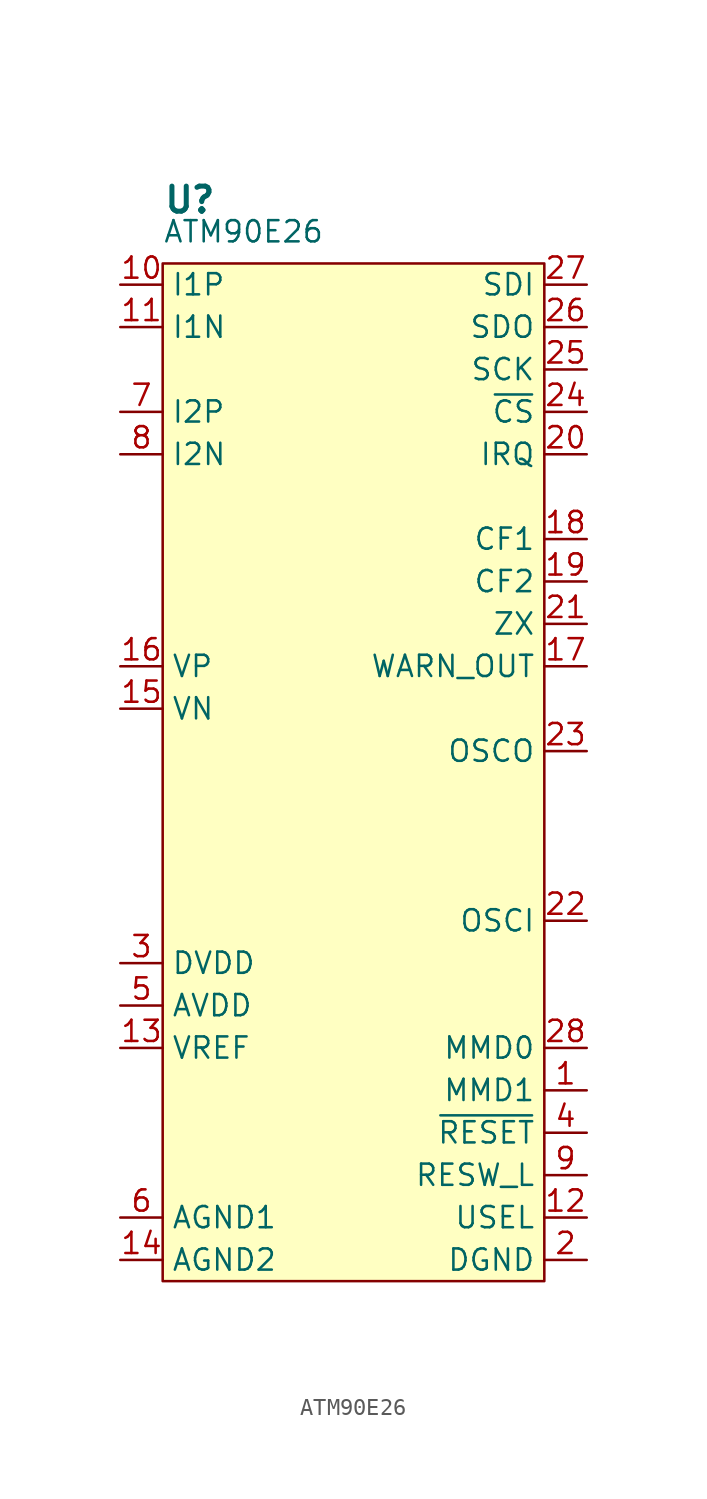
<source format=kicad_sym>
(kicad_symbol_lib
  (version 20231120)
  (generator "kicad_symbol_editor")
  (generator_version "8.0")
  (symbol "ATM90E26"
    (property "Reference" "U"
      (at 0 0 0)
      (effects (font (size 1.5 1.5) (bold yes)) (justify left)))
    (property "Value" "ATM90E26"
      (at 0 -1.905 0)
      (effects (font (size 1.27 1.27)) (justify left)))
    (symbol "ATM90E26_1_1"
      (rectangle (start 0 -3.81) (end 22.86 -64.77) (stroke (width 0) (type default)) (fill (type background)))
      (pin input line (at 25.4 -53.34 180) (length 2.54) (name "MMD1" (effects (font (size 1.27 1.27)))) (number "1" (effects (font (size 1.27 1.27)))))
      (pin input line (at -2.54 -5.08 0) (length 2.54) (name "I1P" (effects (font (size 1.27 1.27)))) (number "10" (effects (font (size 1.27 1.27)))))
      (pin input line (at -2.54 -7.62 0) (length 2.54) (name "I1N" (effects (font (size 1.27 1.27)))) (number "11" (effects (font (size 1.27 1.27)))))
      (pin input line (at 25.4 -60.96 180) (length 2.54) (name "USEL" (effects (font (size 1.27 1.27)))) (number "12" (effects (font (size 1.27 1.27)))))
      (pin power_out line (at -2.54 -50.8 0) (length 2.54) (name "VREF" (effects (font (size 1.27 1.27)))) (number "13" (effects (font (size 1.27 1.27)))))
      (pin power_in line (at -2.54 -63.5 0) (length 2.54) (name "AGND2" (effects (font (size 1.27 1.27)))) (number "14" (effects (font (size 1.27 1.27)))))
      (pin input line (at -2.54 -30.48 0) (length 2.54) (name "VN" (effects (font (size 1.27 1.27)))) (number "15" (effects (font (size 1.27 1.27)))))
      (pin input line (at -2.54 -27.94 0) (length 2.54) (name "VP" (effects (font (size 1.27 1.27)))) (number "16" (effects (font (size 1.27 1.27)))))
      (pin output line (at 25.4 -27.94 180) (length 2.54) (name "WARN_OUT" (effects (font (size 1.27 1.27)))) (number "17" (effects (font (size 1.27 1.27)))))
      (pin output line (at 25.4 -20.32 180) (length 2.54) (name "CF1" (effects (font (size 1.27 1.27)))) (number "18" (effects (font (size 1.27 1.27)))))
      (pin output line (at 25.4 -22.86 180) (length 2.54) (name "CF2" (effects (font (size 1.27 1.27)))) (number "19" (effects (font (size 1.27 1.27)))))
      (pin power_in line (at 25.4 -63.5 180) (length 2.54) (name "DGND" (effects (font (size 1.27 1.27)))) (number "2" (effects (font (size 1.27 1.27)))))
      (pin output line (at 25.4 -15.24 180) (length 2.54) (name "IRQ" (effects (font (size 1.27 1.27)))) (number "20" (effects (font (size 1.27 1.27)))))
      (pin output line (at 25.4 -25.4 180) (length 2.54) (name "ZX" (effects (font (size 1.27 1.27)))) (number "21" (effects (font (size 1.27 1.27)))))
      (pin passive line (at 25.4 -43.18 180) (length 2.54) (name "OSCI" (effects (font (size 1.27 1.27)))) (number "22" (effects (font (size 1.27 1.27)))))
      (pin passive line (at 25.4 -33.02 180) (length 2.54) (name "OSCO" (effects (font (size 1.27 1.27)))) (number "23" (effects (font (size 1.27 1.27)))))
      (pin input line (at 25.4 -12.7 180) (length 2.54) (name "~{CS}" (effects (font (size 1.27 1.27)))) (number "24" (effects (font (size 1.27 1.27)))))
      (pin input line (at 25.4 -10.16 180) (length 2.54) (name "SCK" (effects (font (size 1.27 1.27)))) (number "25" (effects (font (size 1.27 1.27)))))
      (pin output line (at 25.4 -7.62 180) (length 2.54) (name "SDO" (effects (font (size 1.27 1.27)))) (number "26" (effects (font (size 1.27 1.27)))))
      (pin input line (at 25.4 -5.08 180) (length 2.54) (name "SDI" (effects (font (size 1.27 1.27)))) (number "27" (effects (font (size 1.27 1.27)))))
      (pin input line (at 25.4 -50.8 180) (length 2.54) (name "MMD0" (effects (font (size 1.27 1.27)))) (number "28" (effects (font (size 1.27 1.27)))))
      (pin power_in line (at -2.54 -45.72 0) (length 2.54) (name "DVDD" (effects (font (size 1.27 1.27)))) (number "3" (effects (font (size 1.27 1.27)))))
      (pin input line (at 25.4 -55.88 180) (length 2.54) (name "~{RESET}" (effects (font (size 1.27 1.27)))) (number "4" (effects (font (size 1.27 1.27)))))
      (pin power_in line (at -2.54 -48.26 0) (length 2.54) (name "AVDD" (effects (font (size 1.27 1.27)))) (number "5" (effects (font (size 1.27 1.27)))))
      (pin power_in line (at -2.54 -60.96 0) (length 2.54) (name "AGND1" (effects (font (size 1.27 1.27)))) (number "6" (effects (font (size 1.27 1.27)))))
      (pin input line (at -2.54 -12.7 0) (length 2.54) (name "I2P" (effects (font (size 1.27 1.27)))) (number "7" (effects (font (size 1.27 1.27)))))
      (pin input line (at -2.54 -15.24 0) (length 2.54) (name "I2N" (effects (font (size 1.27 1.27)))) (number "8" (effects (font (size 1.27 1.27)))))
      (pin input line (at 25.4 -58.42 180) (length 2.54) (name "RESW_L" (effects (font (size 1.27 1.27)))) (number "9" (effects (font (size 1.27 1.27))))))))
</source>
